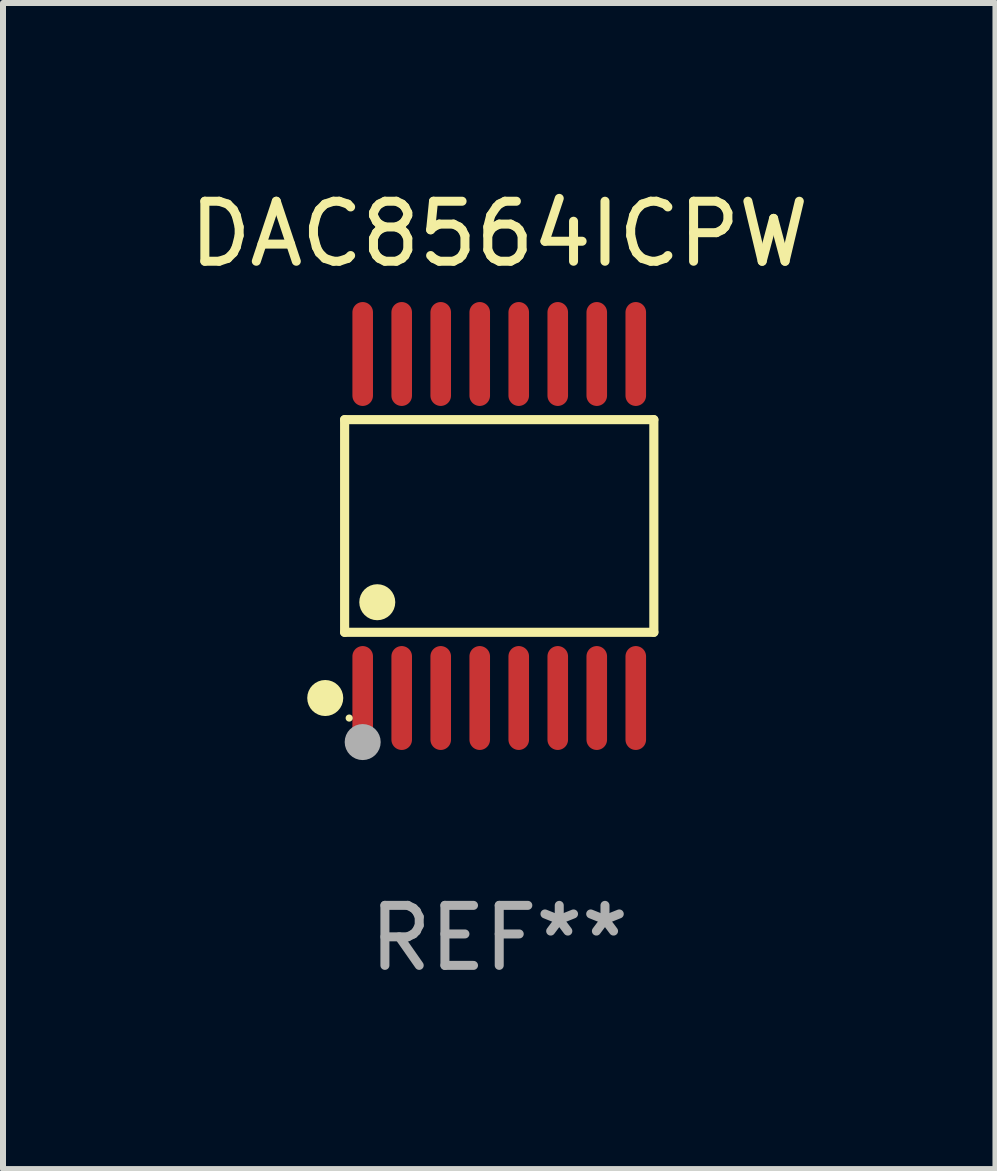
<source format=kicad_pcb>
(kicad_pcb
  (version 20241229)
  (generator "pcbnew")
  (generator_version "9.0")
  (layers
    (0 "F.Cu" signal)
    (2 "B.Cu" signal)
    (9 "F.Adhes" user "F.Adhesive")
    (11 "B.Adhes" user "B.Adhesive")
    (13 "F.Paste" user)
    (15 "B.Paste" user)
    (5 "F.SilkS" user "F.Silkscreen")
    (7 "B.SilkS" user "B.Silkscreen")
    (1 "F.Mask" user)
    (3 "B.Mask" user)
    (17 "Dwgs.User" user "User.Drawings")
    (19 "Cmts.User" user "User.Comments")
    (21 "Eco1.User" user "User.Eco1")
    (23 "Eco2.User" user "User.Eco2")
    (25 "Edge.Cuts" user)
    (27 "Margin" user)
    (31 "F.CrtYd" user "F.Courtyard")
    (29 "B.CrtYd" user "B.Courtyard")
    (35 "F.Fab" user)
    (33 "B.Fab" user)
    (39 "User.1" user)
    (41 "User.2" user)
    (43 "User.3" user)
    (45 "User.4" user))
  (footprint "DAC8564ICPW"
    (layer "F.Cu")
    (at 5.268 5.714)
    (property "Reference" "DAC8564ICPW" (at 0 -4.866 0) (layer "F.SilkS") (effects (font (size 1 1) (thickness 0.15))))
    (attr through_hole)
    (fp_line (start -2.576 -1.772) (end 2.576 -1.772) (stroke (width 0.152) (type solid)) (layer "F.SilkS"))
    (fp_line (start -2.576 1.771) (end -2.576 -1.772) (stroke (width 0.152) (type solid)) (layer "F.SilkS"))
    (fp_line (start 2.576 -1.772) (end 2.576 1.771) (stroke (width 0.152) (type solid)) (layer "F.SilkS"))
    (fp_line (start 2.576 1.771) (end -2.576 1.771) (stroke (width 0.152) (type solid)) (layer "F.SilkS"))
    (fp_circle (center -2.899 2.866) (end -2.749 2.866) (stroke (width 0.3) (type solid)) (fill no) (layer "F.SilkS"))
    (fp_circle (center -2.5 3.2) (end -2.47 3.2) (stroke (width 0.06) (type solid)) (fill no) (layer "F.SilkS"))
    (fp_circle (center -2.032 1.27) (end -1.882 1.27) (stroke (width 0.3) (type solid)) (fill no) (layer "F.SilkS"))
    (fp_circle (center -2.275 3.6) (end -2.125 3.6) (stroke (width 0.3) (type solid)) (fill no) (layer "F.Fab"))
    (fp_text user "REF**" (at 0 6.866 0) (layer "F.Fab") (effects (font (size 1 1) (thickness 0.15))))
    (pad "1" smd oval (at -2.275 2.866) (size 0.343 1.731) (layers "F.Cu" "F.Mask" "F.Paste"))
    (pad "2" smd oval (at -1.625 2.866) (size 0.343 1.731) (layers "F.Cu" "F.Mask" "F.Paste"))
    (pad "3" smd oval (at -0.975 2.866) (size 0.343 1.731) (layers "F.Cu" "F.Mask" "F.Paste"))
    (pad "4" smd oval (at -0.325 2.866) (size 0.343 1.731) (layers "F.Cu" "F.Mask" "F.Paste"))
    (pad "5" smd oval (at 0.325 2.866) (size 0.343 1.731) (layers "F.Cu" "F.Mask" "F.Paste"))
    (pad "6" smd oval (at 0.975 2.866) (size 0.343 1.731) (layers "F.Cu" "F.Mask" "F.Paste"))
    (pad "7" smd oval (at 1.625 2.866) (size 0.343 1.731) (layers "F.Cu" "F.Mask" "F.Paste"))
    (pad "8" smd oval (at 2.275 2.866) (size 0.343 1.731) (layers "F.Cu" "F.Mask" "F.Paste"))
    (pad "9" smd oval (at 2.275 -2.866) (size 0.343 1.731) (layers "F.Cu" "F.Mask" "F.Paste"))
    (pad "10" smd oval (at 1.625 -2.866) (size 0.343 1.731) (layers "F.Cu" "F.Mask" "F.Paste"))
    (pad "11" smd oval (at 0.975 -2.866) (size 0.343 1.731) (layers "F.Cu" "F.Mask" "F.Paste"))
    (pad "12" smd oval (at 0.325 -2.866) (size 0.343 1.731) (layers "F.Cu" "F.Mask" "F.Paste"))
    (pad "13" smd oval (at -0.325 -2.866) (size 0.343 1.731) (layers "F.Cu" "F.Mask" "F.Paste"))
    (pad "14" smd oval (at -0.975 -2.866) (size 0.343 1.731) (layers "F.Cu" "F.Mask" "F.Paste"))
    (pad "15" smd oval (at -1.625 -2.866) (size 0.343 1.731) (layers "F.Cu" "F.Mask" "F.Paste"))
    (pad "16" smd oval (at -2.275 -2.866) (size 0.343 1.731) (layers "F.Cu" "F.Mask" "F.Paste")))
  (gr_rect
    (start -3 -3)
    (end 13.536 16.428)
    (stroke (width 0.1) (type default))
    (fill no)
    (layer "Edge.Cuts")))
</source>
